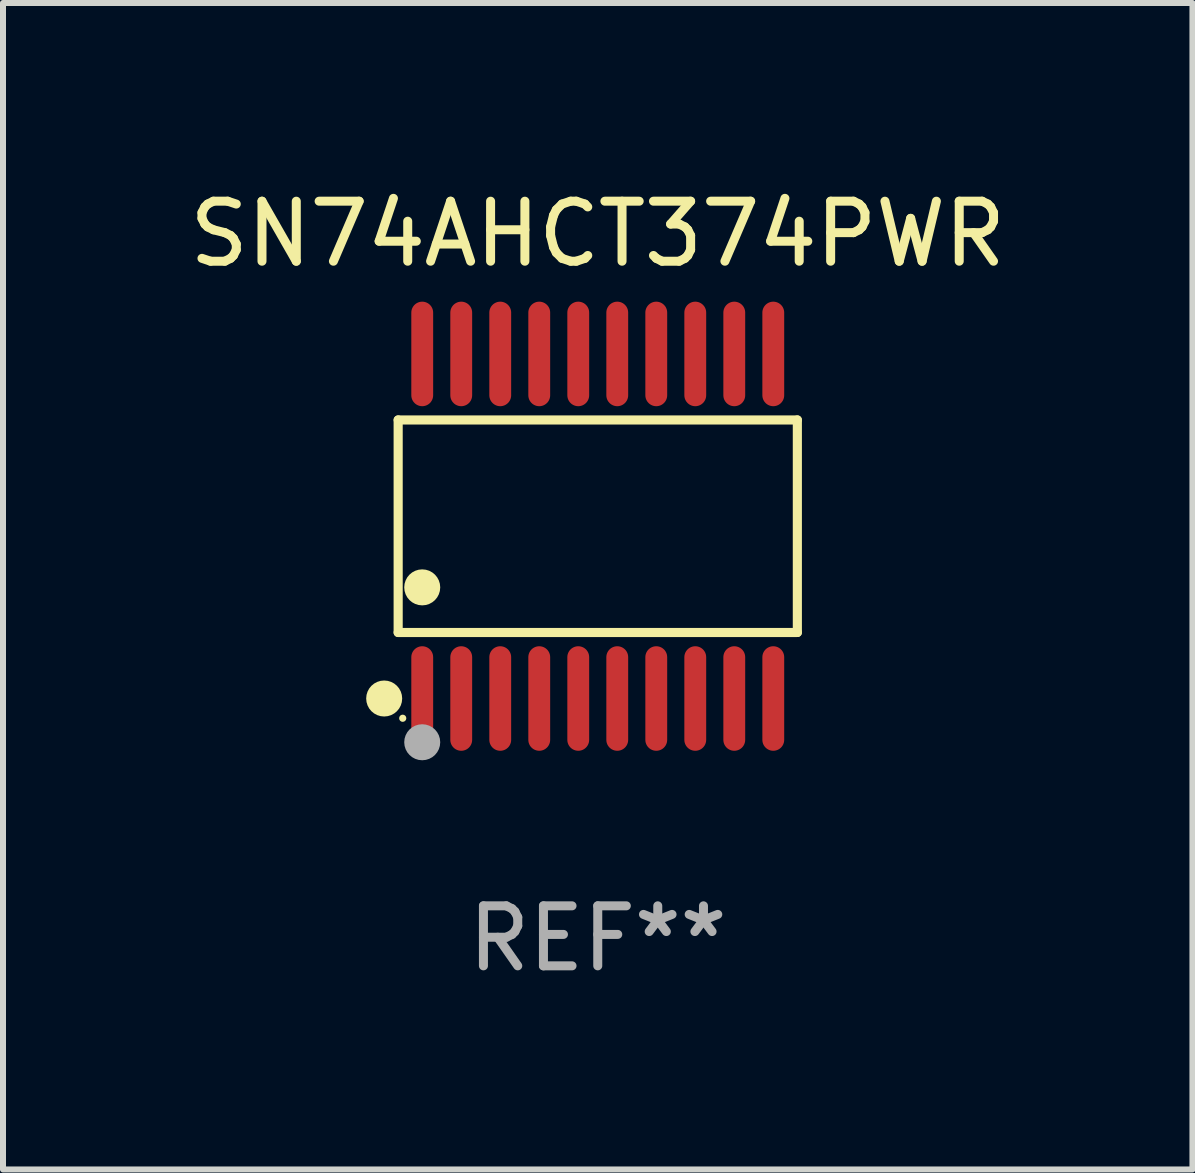
<source format=kicad_pcb>
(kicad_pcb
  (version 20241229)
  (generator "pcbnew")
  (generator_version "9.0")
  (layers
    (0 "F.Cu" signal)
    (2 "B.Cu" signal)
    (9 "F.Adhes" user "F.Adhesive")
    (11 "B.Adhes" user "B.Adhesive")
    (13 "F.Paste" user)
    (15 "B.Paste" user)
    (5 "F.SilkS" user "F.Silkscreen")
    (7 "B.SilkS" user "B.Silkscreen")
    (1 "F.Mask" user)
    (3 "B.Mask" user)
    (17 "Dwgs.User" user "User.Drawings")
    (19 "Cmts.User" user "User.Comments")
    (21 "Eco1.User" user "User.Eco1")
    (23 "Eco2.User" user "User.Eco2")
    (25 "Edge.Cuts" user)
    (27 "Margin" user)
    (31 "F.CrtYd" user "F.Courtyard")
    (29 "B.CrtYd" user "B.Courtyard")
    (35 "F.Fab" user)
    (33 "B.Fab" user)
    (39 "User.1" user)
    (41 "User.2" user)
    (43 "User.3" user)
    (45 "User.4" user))
  (footprint "SN74AHCT374PWR"
    (layer "F.Cu")
    (at 6.911 5.719)
    (property "Reference" "SN74AHCT374PWR" (at 0 -4.871 0) (layer "F.SilkS") (effects (font (size 1 1) (thickness 0.15))))
    (attr through_hole)
    (fp_line (start -3.326 -1.771) (end 3.326 -1.771) (stroke (width 0.152) (type solid)) (layer "F.SilkS"))
    (fp_line (start -3.326 1.771) (end -3.326 -1.771) (stroke (width 0.152) (type solid)) (layer "F.SilkS"))
    (fp_line (start 3.326 -1.771) (end 3.326 1.771) (stroke (width 0.152) (type solid)) (layer "F.SilkS"))
    (fp_line (start 3.326 1.771) (end -3.326 1.771) (stroke (width 0.152) (type solid)) (layer "F.SilkS"))
    (fp_circle (center -3.559 2.871) (end -3.409 2.871) (stroke (width 0.3) (type solid)) (fill no) (layer "F.SilkS"))
    (fp_circle (center -3.25 3.2) (end -3.22 3.2) (stroke (width 0.06) (type solid)) (fill no) (layer "F.SilkS"))
    (fp_circle (center -2.925 1.019) (end -2.775 1.019) (stroke (width 0.3) (type solid)) (fill no) (layer "F.SilkS"))
    (fp_circle (center -2.925 3.6) (end -2.775 3.6) (stroke (width 0.3) (type solid)) (fill no) (layer "F.Fab"))
    (fp_text user "REF**" (at 0 6.871 0) (layer "F.Fab") (effects (font (size 1 1) (thickness 0.15))))
    (pad "1" smd oval (at -2.925 2.871) (size 0.364 1.742) (layers "F.Cu" "F.Mask" "F.Paste"))
    (pad "2" smd oval (at -2.275 2.871) (size 0.364 1.742) (layers "F.Cu" "F.Mask" "F.Paste"))
    (pad "3" smd oval (at -1.625 2.871) (size 0.364 1.742) (layers "F.Cu" "F.Mask" "F.Paste"))
    (pad "4" smd oval (at -0.975 2.871) (size 0.364 1.742) (layers "F.Cu" "F.Mask" "F.Paste"))
    (pad "5" smd oval (at -0.325 2.871) (size 0.364 1.742) (layers "F.Cu" "F.Mask" "F.Paste"))
    (pad "6" smd oval (at 0.325 2.871) (size 0.364 1.742) (layers "F.Cu" "F.Mask" "F.Paste"))
    (pad "7" smd oval (at 0.975 2.871) (size 0.364 1.742) (layers "F.Cu" "F.Mask" "F.Paste"))
    (pad "8" smd oval (at 1.625 2.871) (size 0.364 1.742) (layers "F.Cu" "F.Mask" "F.Paste"))
    (pad "9" smd oval (at 2.275 2.871) (size 0.364 1.742) (layers "F.Cu" "F.Mask" "F.Paste"))
    (pad "10" smd oval (at 2.925 2.871) (size 0.364 1.742) (layers "F.Cu" "F.Mask" "F.Paste"))
    (pad "11" smd oval (at 2.925 -2.871) (size 0.364 1.742) (layers "F.Cu" "F.Mask" "F.Paste"))
    (pad "12" smd oval (at 2.275 -2.871) (size 0.364 1.742) (layers "F.Cu" "F.Mask" "F.Paste"))
    (pad "13" smd oval (at 1.625 -2.871) (size 0.364 1.742) (layers "F.Cu" "F.Mask" "F.Paste"))
    (pad "14" smd oval (at 0.975 -2.871) (size 0.364 1.742) (layers "F.Cu" "F.Mask" "F.Paste"))
    (pad "15" smd oval (at 0.325 -2.871) (size 0.364 1.742) (layers "F.Cu" "F.Mask" "F.Paste"))
    (pad "16" smd oval (at -0.325 -2.871) (size 0.364 1.742) (layers "F.Cu" "F.Mask" "F.Paste"))
    (pad "17" smd oval (at -0.975 -2.871) (size 0.364 1.742) (layers "F.Cu" "F.Mask" "F.Paste"))
    (pad "18" smd oval (at -1.625 -2.871) (size 0.364 1.742) (layers "F.Cu" "F.Mask" "F.Paste"))
    (pad "19" smd oval (at -2.275 -2.871) (size 0.364 1.742) (layers "F.Cu" "F.Mask" "F.Paste"))
    (pad "20" smd oval (at -2.925 -2.871) (size 0.364 1.742) (layers "F.Cu" "F.Mask" "F.Paste")))
  (gr_rect
    (start -3 -3)
    (end 16.821 16.438)
    (stroke (width 0.1) (type default))
    (fill no)
    (layer "Edge.Cuts")))
</source>
